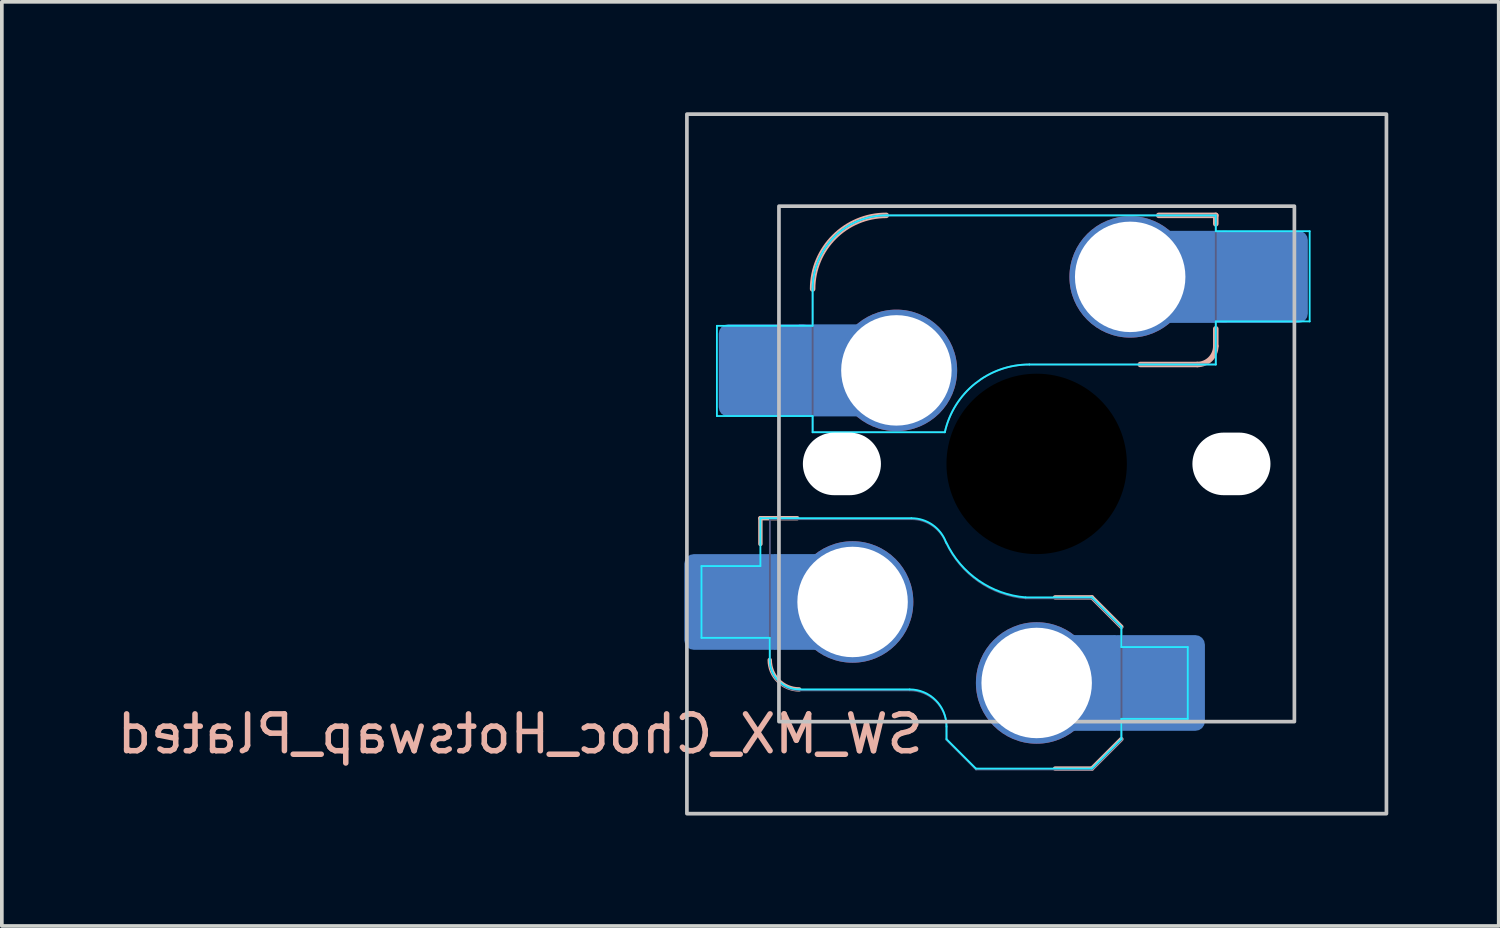
<source format=kicad_pcb>
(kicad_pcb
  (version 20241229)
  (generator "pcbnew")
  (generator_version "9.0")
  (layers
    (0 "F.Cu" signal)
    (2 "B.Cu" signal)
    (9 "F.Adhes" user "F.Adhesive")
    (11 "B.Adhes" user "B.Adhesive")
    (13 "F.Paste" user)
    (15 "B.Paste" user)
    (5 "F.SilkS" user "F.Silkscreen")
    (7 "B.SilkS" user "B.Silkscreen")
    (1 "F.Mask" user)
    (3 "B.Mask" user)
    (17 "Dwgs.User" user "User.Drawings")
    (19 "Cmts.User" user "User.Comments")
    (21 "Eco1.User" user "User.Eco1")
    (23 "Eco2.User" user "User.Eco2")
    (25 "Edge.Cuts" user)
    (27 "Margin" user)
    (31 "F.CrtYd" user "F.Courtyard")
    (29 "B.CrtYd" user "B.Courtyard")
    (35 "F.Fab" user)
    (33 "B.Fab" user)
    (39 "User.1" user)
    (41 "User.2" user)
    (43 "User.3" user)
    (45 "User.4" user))
  (footprint "SW_MX_Choc_Hotswap_Plated"
    (layer "F.Cu")
    (at 25.107 9.55)
    (property "Reference" "SW_MX_Choc_Hotswap_Plated" (at -3 6.75 0) (unlocked yes) (layer "B.SilkS") (effects (font (size 1 1) (thickness 0.15)) (justify left top mirror)))
    (fp_line (start -7.504 1.475) (end -7.504 2.175) (stroke (width 0.12) (type solid)) (layer "B.SilkS"))
    (fp_line (start -7.504 1.475) (end -6.504 1.475) (stroke (width 0.12) (type solid)) (layer "B.SilkS"))
    (fp_line (start 1.5 3.625) (end 0.5 3.625) (stroke (width 0.12) (type solid)) (layer "B.SilkS"))
    (fp_line (start 1.5 3.625) (end 2.3 4.425) (stroke (width 0.12) (type solid)) (layer "B.SilkS"))
    (fp_line (start 1.5 8.275) (end 0.5 8.275) (stroke (width 0.12) (type solid)) (layer "B.SilkS"))
    (fp_line (start 2.3 7.475) (end 1.5 8.275) (stroke (width 0.12) (type solid)) (layer "B.SilkS"))
    (fp_line (start 2.815 -2.7) (end 4.365 -2.7) (stroke (width 0.15) (type solid)) (layer "B.SilkS"))
    (fp_line (start 3.315 -6.75) (end 4.865 -6.75) (stroke (width 0.15) (type solid)) (layer "B.SilkS"))
    (fp_line (start 4.865 -6.75) (end 4.865 -6.52) (stroke (width 0.15) (type solid)) (layer "B.SilkS"))
    (fp_line (start 4.865 -3.67) (end 4.865 -3.2) (stroke (width 0.15) (type solid)) (layer "B.SilkS"))
    (fp_arc (start -6.45 6.125) (mid -7.015685 5.890685) (end -7.25 5.325) (stroke (width 0.12) (type solid)) (layer "B.SilkS"))
    (fp_arc (start -6.085176 -4.75022) (mid -5.499381 -6.164412) (end -4.085176 -6.75022) (stroke (width 0.15) (type solid)) (layer "B.SilkS"))
    (fp_arc (start 4.864824 -3.20022) (mid 4.718386 -2.846645) (end 4.364824 -2.70022) (stroke (width 0.15) (type solid)) (layer "B.SilkS"))
    (fp_rect (start -9.5 -9.5) (end 9.5 9.5) (stroke (width 0.1) (type default)) (fill no) (layer "Dwgs.User"))
    (fp_rect (start -7 -7) (end 7 7) (stroke (width 0.1) (type solid)) (fill no) (layer "Dwgs.User"))
    (fp_line (start -9.104 2.775) (end -7.504 2.775) (stroke (width 0.05) (type solid)) (layer "B.CrtYd"))
    (fp_line (start -9.104 4.725) (end -9.104 2.775) (stroke (width 0.05) (type solid)) (layer "B.CrtYd"))
    (fp_line (start -8.685 -3.75) (end -8.685 -1.3) (stroke (width 0.05) (type solid)) (layer "B.CrtYd"))
    (fp_line (start -8.685 -1.3) (end -6.085 -1.3) (stroke (width 0.05) (type solid)) (layer "B.CrtYd"))
    (fp_line (start -7.504 1.475) (end -7.504 2.175) (stroke (width 0.05) (type solid)) (layer "B.CrtYd"))
    (fp_line (start -7.504 1.475) (end -3.4 1.475) (stroke (width 0.05) (type solid)) (layer "B.CrtYd"))
    (fp_line (start -7.504 2.175) (end -7.504 2.775) (stroke (width 0.05) (type solid)) (layer "B.CrtYd"))
    (fp_line (start -7.25 4.725) (end -9.104 4.725) (stroke (width 0.05) (type solid)) (layer "B.CrtYd"))
    (fp_line (start -7.25 5.325) (end -7.25 4.725) (stroke (width 0.05) (type solid)) (layer "B.CrtYd"))
    (fp_line (start -6.085 -3.75) (end -8.685 -3.75) (stroke (width 0.05) (type solid)) (layer "B.CrtYd"))
    (fp_line (start -6.085 -3.75) (end -6.085 -4.75) (stroke (width 0.05) (type solid)) (layer "B.CrtYd"))
    (fp_line (start -6.085 -1.3) (end -6.085 -0.86) (stroke (width 0.05) (type solid)) (layer "B.CrtYd"))
    (fp_line (start -6.085 -0.86) (end -2.494 -0.86) (stroke (width 0.05) (type solid)) (layer "B.CrtYd"))
    (fp_line (start -4.085 -6.75) (end 4.865 -6.75) (stroke (width 0.05) (type solid)) (layer "B.CrtYd"))
    (fp_line (start -3.45 6.125) (end -6.45 6.125) (stroke (width 0.05) (type solid)) (layer "B.CrtYd"))
    (fp_line (start -2.45 7.475) (end -2.45 7.125) (stroke (width 0.05) (type solid)) (layer "B.CrtYd"))
    (fp_line (start -2.45 7.475) (end -1.65 8.275) (stroke (width 0.05) (type solid)) (layer "B.CrtYd"))
    (fp_line (start 1.5 3.625) (end -0.3 3.625) (stroke (width 0.05) (type solid)) (layer "B.CrtYd"))
    (fp_line (start 1.5 3.625) (end 2.3 4.425) (stroke (width 0.05) (type solid)) (layer "B.CrtYd"))
    (fp_line (start 1.5 8.275) (end -1.65 8.275) (stroke (width 0.05) (type solid)) (layer "B.CrtYd"))
    (fp_line (start 2.3 4.975) (end 2.3 4.425) (stroke (width 0.05) (type solid)) (layer "B.CrtYd"))
    (fp_line (start 2.3 7.475) (end 1.5 8.275) (stroke (width 0.05) (type solid)) (layer "B.CrtYd"))
    (fp_line (start 2.3 7.475) (end 2.3 6.925) (stroke (width 0.05) (type solid)) (layer "B.CrtYd"))
    (fp_line (start 4.104 4.975) (end 2.3 4.975) (stroke (width 0.05) (type solid)) (layer "B.CrtYd"))
    (fp_line (start 4.104 4.975) (end 4.104 6.925) (stroke (width 0.05) (type solid)) (layer "B.CrtYd"))
    (fp_line (start 4.104 6.925) (end 2.3 6.925) (stroke (width 0.05) (type solid)) (layer "B.CrtYd"))
    (fp_line (start 4.865 -6.75) (end 4.865 -6.32) (stroke (width 0.05) (type solid)) (layer "B.CrtYd"))
    (fp_line (start 4.865 -3.87) (end 4.865 -2.7) (stroke (width 0.05) (type solid)) (layer "B.CrtYd"))
    (fp_line (start 4.865 -3.87) (end 7.415 -3.87) (stroke (width 0.05) (type solid)) (layer "B.CrtYd"))
    (fp_line (start 4.865 -2.7) (end -0.2 -2.7) (stroke (width 0.05) (type solid)) (layer "B.CrtYd"))
    (fp_line (start 7.415 -6.32) (end 4.865 -6.32) (stroke (width 0.05) (type solid)) (layer "B.CrtYd"))
    (fp_line (start 7.415 -3.87) (end 7.415 -6.32) (stroke (width 0.05) (type solid)) (layer "B.CrtYd"))
    (fp_arc (start -6.45 6.125) (mid -7.015685 5.890685) (end -7.25 5.325) (stroke (width 0.05) (type solid)) (layer "B.CrtYd"))
    (fp_arc (start -6.085176 -4.75022) (mid -5.49939 -6.164434) (end -4.085176 -6.75022) (stroke (width 0.05) (type solid)) (layer "B.CrtYd"))
    (fp_arc (start -3.45 6.125) (mid -2.742893 6.417893) (end -2.45 7.125) (stroke (width 0.05) (type solid)) (layer "B.CrtYd"))
    (fp_arc (start -3.4 1.475) (mid -2.826423 1.655848) (end -2.460307 2.13298) (stroke (width 0.05) (type solid)) (layer "B.CrtYd"))
    (fp_arc (start -2.494322 -0.86022) (mid -1.670503 -2.183402) (end -0.2 -2.70022) (stroke (width 0.05) (type solid)) (layer "B.CrtYd"))
    (fp_arc (start -0.299999 3.624999) (mid -1.577272 3.167235) (end -2.455444 2.13293) (stroke (width 0.05) (type solid)) (layer "B.CrtYd"))
    (fp_rect (start -7 -7) (end 7 7) (stroke (width 0.05) (type default)) (fill no) (layer "F.CrtYd"))
    (fp_line (start -7.246 1.5) (end -3.396 1.5) (stroke (width 0.05) (type solid)) (layer "B.Fab"))
    (fp_line (start -7.246 5.35) (end -7.246 1.5) (stroke (width 0.05) (type solid)) (layer "B.Fab"))
    (fp_line (start -6.085 -0.86) (end -6.085 -4.75) (stroke (width 0.05) (type solid)) (layer "B.Fab"))
    (fp_line (start -6.085 -0.86) (end -2.494 -0.86) (stroke (width 0.05) (type solid)) (layer "B.Fab"))
    (fp_line (start -4.085 -6.75) (end 4.865 -6.75) (stroke (width 0.05) (type solid)) (layer "B.Fab"))
    (fp_line (start -3.446 6.15) (end -6.446 6.15) (stroke (width 0.05) (type solid)) (layer "B.Fab"))
    (fp_line (start -2.446 7.5) (end -2.446 7.15) (stroke (width 0.05) (type solid)) (layer "B.Fab"))
    (fp_line (start -2.446 7.5) (end -1.646 8.3) (stroke (width 0.05) (type solid)) (layer "B.Fab"))
    (fp_line (start 1.504 3.65) (end -0.296 3.65) (stroke (width 0.05) (type solid)) (layer "B.Fab"))
    (fp_line (start 1.504 3.65) (end 2.304 4.45) (stroke (width 0.05) (type solid)) (layer "B.Fab"))
    (fp_line (start 1.504 8.3) (end -1.646 8.3) (stroke (width 0.05) (type solid)) (layer "B.Fab"))
    (fp_line (start 2.304 7.5) (end 1.504 8.3) (stroke (width 0.05) (type solid)) (layer "B.Fab"))
    (fp_line (start 2.304 7.5) (end 2.304 4.45) (stroke (width 0.05) (type solid)) (layer "B.Fab"))
    (fp_line (start 4.865 -6.75) (end 4.865 -2.7) (stroke (width 0.05) (type solid)) (layer "B.Fab"))
    (fp_line (start 4.865 -2.7) (end -0.2 -2.7) (stroke (width 0.05) (type solid)) (layer "B.Fab"))
    (fp_arc (start -6.446 6.15) (mid -7.011685 5.915685) (end -7.246 5.35) (stroke (width 0.05) (type solid)) (layer "B.Fab"))
    (fp_arc (start -6.085176 -4.75022) (mid -5.499381 -6.164412) (end -4.085176 -6.75022) (stroke (width 0.05) (type solid)) (layer "B.Fab"))
    (fp_arc (start -3.446 6.15) (mid -2.738893 6.442893) (end -2.446 7.15) (stroke (width 0.05) (type solid)) (layer "B.Fab"))
    (fp_arc (start -3.396 1.5) (mid -2.822423 1.680848) (end -2.456307 2.15798) (stroke (width 0.05) (type solid)) (layer "B.Fab"))
    (fp_arc (start -2.494322 -0.86022) (mid -1.670501 -2.183395) (end -0.2 -2.70022) (stroke (width 0.05) (type solid)) (layer "B.Fab"))
    (fp_arc (start -0.295999 3.649999) (mid -1.573272 3.192235) (end -2.451444 2.15793) (stroke (width 0.05) (type solid)) (layer "B.Fab"))
    (pad "" np_thru_hole oval (at -5.29 0 180) (size 2.12 1.7) (drill oval 2.12 1.7) (layers "*.Cu" "*.Mask"))
    (pad "" np_thru_hole circle (at 0 0 180) (size 4.9 4.9) (drill 4.9) (layers "*.Mask"))
    (pad "" np_thru_hole oval (at 5.29 0) (size 2.12 1.7) (drill oval 2.12 1.7) (layers "*.Cu" "*.Mask"))
    (pad "1" smd roundrect (at -8.245 3.75) (size 2.65 2.6) (layers "B.Cu" "B.Mask" "B.Paste") (roundrect_rratio 0.1))
    (pad "1" smd roundrect (at -7.36 -2.54) (size 2.55 2.5) (layers "B.Cu" "B.Mask" "B.Paste") (roundrect_rratio 0.1))
    (pad "1" smd rect (at -6.55 3.75) (size 1.2 2.6) (layers "B.Cu"))
    (pad "1" smd rect (at -5.635 -2.54 180) (size 1.65 2.5) (layers "B.Cu"))
    (pad "1" thru_hole circle (at -5 3.75) (size 3.3 3.3) (drill 3) (layers "*.Cu" "*.Mask"))
    (pad "1" thru_hole circle (at -3.81 -2.54) (size 3.3 3.3) (drill 3) (layers "*.Cu" "*.Mask"))
    (pad "2" thru_hole circle (at 0 5.95) (size 3.3 3.3) (drill 3) (layers "*.Cu" "*.Mask"))
    (pad "2" smd rect (at 1.55 5.95 180) (size 1.2 2.6) (layers "B.Cu"))
    (pad "2" thru_hole circle (at 2.54 -5.08) (size 3.3 3.3) (drill 3) (layers "*.Cu" "*.Mask"))
    (pad "2" smd roundrect (at 3.245 5.95) (size 2.65 2.6) (layers "B.Cu" "B.Mask" "B.Paste") (roundrect_rratio 0.1))
    (pad "2" smd rect (at 4.34 -5.08) (size 1.65 2.5) (layers "B.Cu"))
    (pad "2" smd roundrect (at 6.09 -5.08) (size 2.55 2.5) (layers "B.Cu" "B.Mask" "B.Paste") (roundrect_rratio 0.1)))
  (gr_rect
    (start -3 -3)
    (end 37.657 22.1)
    (stroke (width 0.1) (type default))
    (fill no)
    (layer "Edge.Cuts")))
</source>
